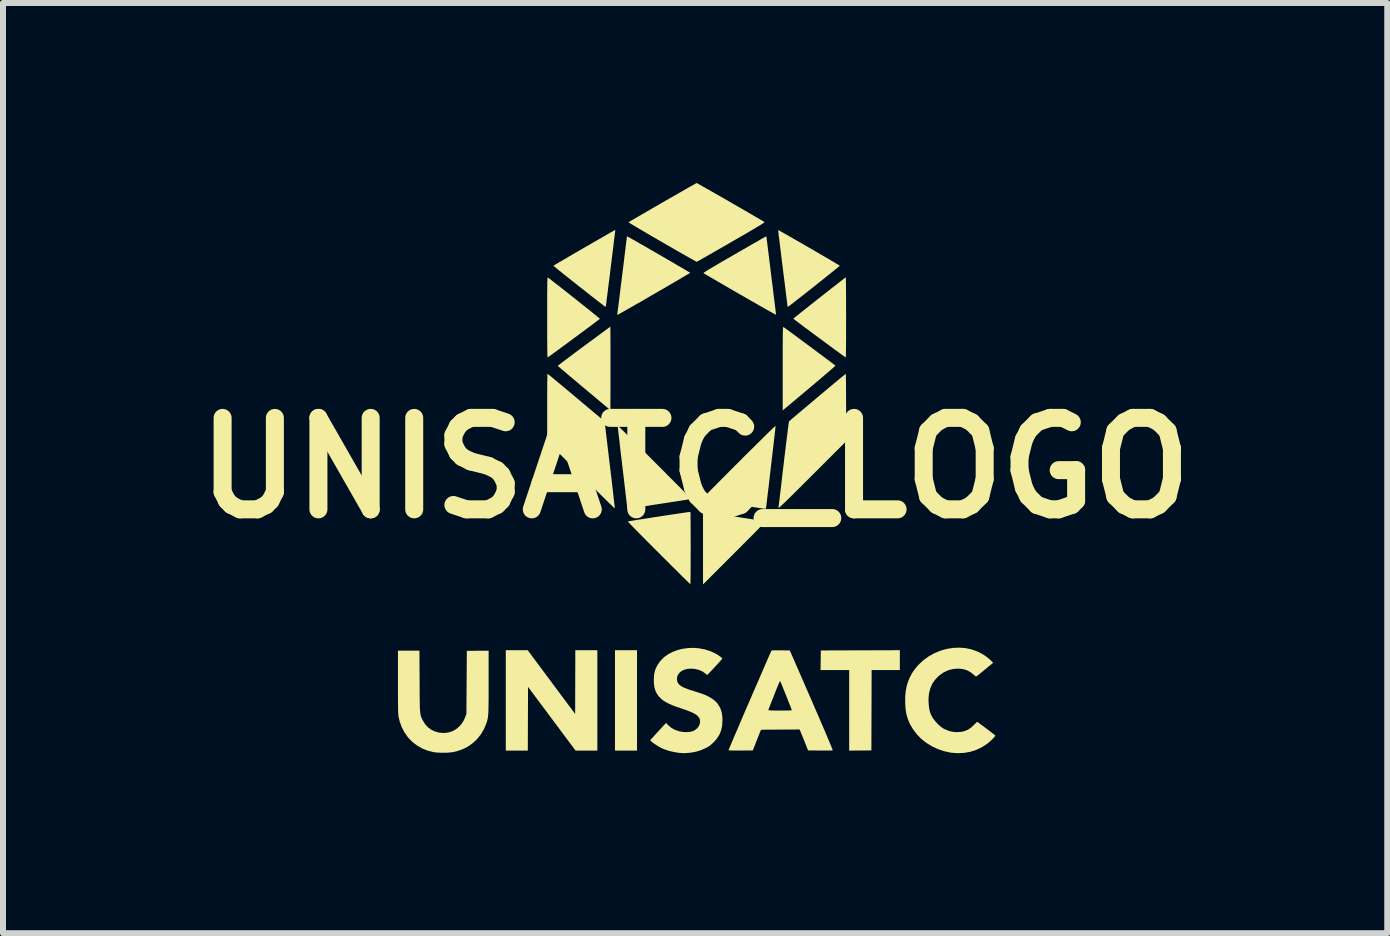
<source format=kicad_pcb>
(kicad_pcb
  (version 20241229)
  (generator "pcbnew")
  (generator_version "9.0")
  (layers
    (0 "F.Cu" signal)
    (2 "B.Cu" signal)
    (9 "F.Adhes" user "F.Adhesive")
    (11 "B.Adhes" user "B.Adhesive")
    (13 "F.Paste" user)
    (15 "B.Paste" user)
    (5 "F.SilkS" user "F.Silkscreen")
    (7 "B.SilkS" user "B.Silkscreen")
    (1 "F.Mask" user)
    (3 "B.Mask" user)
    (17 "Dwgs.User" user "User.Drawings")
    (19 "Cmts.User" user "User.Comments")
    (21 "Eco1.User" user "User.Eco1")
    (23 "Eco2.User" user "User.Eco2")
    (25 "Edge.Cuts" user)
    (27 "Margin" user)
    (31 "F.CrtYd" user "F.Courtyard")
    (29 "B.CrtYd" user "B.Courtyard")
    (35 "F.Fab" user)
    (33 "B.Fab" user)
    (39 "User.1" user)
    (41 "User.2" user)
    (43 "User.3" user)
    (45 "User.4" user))
  (footprint "UNISATC_LOGO"
    (layer "F.Cu")
    (at 8.534 4.749)
    (property "Reference" "UNISATC_LOGO" (at 0 0 0) (layer "F.SilkS") (effects (font (size 1.524 1.524) (thickness 0.3))))
    (attr board_only exclude_from_pos_files exclude_from_bom allow_missing_courtyard)
    (fp_poly (pts (xy -0.968 4.71) (xy -1.335 4.71) (xy -1.335 3.037) (xy -0.968 3.037)) (stroke (width 0) (type solid)) (fill yes) (layer "F.SilkS"))
    (fp_poly (pts (xy 3.412 3.368) (xy 2.942 3.368) (xy 2.938 4.707) (xy 2.568 4.71) (xy 2.568 3.368) (xy 2.091 3.368) (xy 2.093 3.204) (xy 2.095 3.041) (xy 2.753 3.039) (xy 3.412 3.037)) (stroke (width 0) (type solid)) (fill yes) (layer "F.SilkS"))
    (fp_poly (pts (xy -1.999 4.099) (xy -1.996 3.037) (xy -1.629 3.037) (xy -1.629 4.71) (xy -1.992 4.71) (xy -2.388 4.179) (xy -2.784 3.648) (xy -2.786 4.179) (xy -2.788 4.71) (xy -3.155 4.71) (xy -3.155 3.037) (xy -2.79 3.037)) (stroke (width 0) (type solid)) (fill yes) (layer "F.SilkS"))
    (fp_poly (pts (xy -1.41 -2.007) (xy -1.41 -1.919) (xy -1.41 -1.82) (xy -1.41 -1.716) (xy -1.41 -1.609) (xy -1.41 -1.504) (xy -1.41 -1.405) (xy -1.41 -1.316) (xy -1.41 -1.311) (xy -1.412 -0.964) (xy -1.849 -1.33) (xy -1.918 -1.387) (xy -1.984 -1.443) (xy -2.045 -1.495) (xy -2.102 -1.542) (xy -2.152 -1.585) (xy -2.196 -1.623) (xy -2.233 -1.653) (xy -2.26 -1.677) (xy -2.279 -1.693) (xy -2.287 -1.701) (xy -2.288 -1.702) (xy -2.282 -1.707) (xy -2.266 -1.72) (xy -2.24 -1.741) (xy -2.204 -1.768) (xy -2.161 -1.801) (xy -2.11 -1.839) (xy -2.053 -1.882) (xy -1.99 -1.929) (xy -1.923 -1.979) (xy -1.852 -2.031) (xy -1.851 -2.032) (xy -1.412 -2.356)) (stroke (width 0) (type solid)) (fill yes) (layer "F.SilkS"))
    (fp_poly (pts (xy 0.171 0.735) (xy 0.184 0.737) (xy 0.211 0.741) (xy 0.25 0.747) (xy 0.3 0.754) (xy 0.358 0.763) (xy 0.425 0.774) (xy 0.498 0.785) (xy 0.576 0.797) (xy 0.658 0.809) (xy 0.69 0.814) (xy 0.772 0.827) (xy 0.85 0.839) (xy 0.922 0.85) (xy 0.988 0.86) (xy 1.046 0.869) (xy 1.095 0.877) (xy 1.133 0.883) (xy 1.16 0.887) (xy 1.174 0.889) (xy 1.176 0.89) (xy 1.171 0.895) (xy 1.157 0.91) (xy 1.134 0.934) (xy 1.103 0.966) (xy 1.064 1.006) (xy 1.018 1.053) (xy 0.966 1.106) (xy 0.908 1.164) (xy 0.845 1.227) (xy 0.778 1.295) (xy 0.707 1.366) (xy 0.657 1.416) (xy 0.132 1.941) (xy 0.132 0.729)) (stroke (width 0) (type solid)) (fill yes) (layer "F.SilkS"))
    (fp_poly (pts (xy -2.453 -1.565) (xy -2.437 -1.552) (xy -2.41 -1.531) (xy -2.375 -1.502) (xy -2.332 -1.466) (xy -2.282 -1.425) (xy -2.226 -1.378) (xy -2.164 -1.327) (xy -2.098 -1.271) (xy -2.028 -1.213) (xy -1.981 -1.173) (xy -1.508 -0.776) (xy -1.422 -0.056) (xy -1.41 0.045) (xy -1.398 0.143) (xy -1.387 0.235) (xy -1.377 0.321) (xy -1.368 0.4) (xy -1.36 0.471) (xy -1.353 0.533) (xy -1.347 0.585) (xy -1.342 0.626) (xy -1.339 0.655) (xy -1.337 0.67) (xy -1.337 0.673) (xy -1.343 0.669) (xy -1.358 0.656) (xy -1.382 0.633) (xy -1.414 0.602) (xy -1.454 0.563) (xy -1.501 0.517) (xy -1.554 0.465) (xy -1.613 0.406) (xy -1.678 0.343) (xy -1.746 0.275) (xy -1.818 0.203) (xy -1.893 0.128) (xy -1.902 0.119) (xy -2.465 -0.444) (xy -2.465 -1.007) (xy -2.465 -1.096) (xy -2.465 -1.182) (xy -2.465 -1.261) (xy -2.464 -1.334) (xy -2.464 -1.399) (xy -2.463 -1.456) (xy -2.462 -1.502) (xy -2.462 -1.537) (xy -2.461 -1.56) (xy -2.46 -1.57) (xy -2.46 -1.57)) (stroke (width 0) (type solid)) (fill yes) (layer "F.SilkS"))
    (fp_poly (pts (xy 1.473 -2.348) (xy 1.473 -2.348) (xy 1.483 -2.342) (xy 1.502 -2.328) (xy 1.532 -2.307) (xy 1.569 -2.28) (xy 1.613 -2.247) (xy 1.663 -2.21) (xy 1.717 -2.17) (xy 1.775 -2.127) (xy 1.836 -2.082) (xy 1.898 -2.036) (xy 1.96 -1.99) (xy 2.02 -1.945) (xy 2.079 -1.901) (xy 2.135 -1.86) (xy 2.186 -1.821) (xy 2.232 -1.787) (xy 2.271 -1.758) (xy 2.302 -1.734) (xy 2.324 -1.717) (xy 2.336 -1.707) (xy 2.338 -1.705) (xy 2.333 -1.699) (xy 2.317 -1.684) (xy 2.291 -1.661) (xy 2.254 -1.629) (xy 2.208 -1.589) (xy 2.153 -1.543) (xy 2.09 -1.488) (xy 2.018 -1.428) (xy 1.939 -1.361) (xy 1.852 -1.288) (xy 1.758 -1.209) (xy 1.659 -1.126) (xy 1.553 -1.037) (xy 1.506 -0.998) (xy 1.46 -0.96) (xy 1.46 -1.658) (xy 1.46 -1.775) (xy 1.46 -1.878) (xy 1.46 -1.968) (xy 1.46 -2.046) (xy 1.461 -2.113) (xy 1.461 -2.169) (xy 1.461 -2.216) (xy 1.462 -2.254) (xy 1.463 -2.284) (xy 1.463 -2.307) (xy 1.464 -2.325) (xy 1.466 -2.336) (xy 1.467 -2.344) (xy 1.469 -2.348) (xy 1.471 -2.349)) (stroke (width 0) (type solid)) (fill yes) (layer "F.SilkS"))
    (fp_poly (pts (xy 2.512 -3.17) (xy 2.513 -3.149) (xy 2.513 -3.115) (xy 2.514 -3.07) (xy 2.515 -3.015) (xy 2.515 -2.95) (xy 2.516 -2.876) (xy 2.516 -2.795) (xy 2.516 -2.708) (xy 2.516 -2.615) (xy 2.517 -2.518) (xy 2.517 -2.509) (xy 2.516 -2.412) (xy 2.516 -2.318) (xy 2.516 -2.23) (xy 2.516 -2.149) (xy 2.515 -2.074) (xy 2.515 -2.009) (xy 2.514 -1.952) (xy 2.513 -1.906) (xy 2.513 -1.872) (xy 2.512 -1.85) (xy 2.511 -1.842) (xy 2.511 -1.842) (xy 2.504 -1.846) (xy 2.487 -1.858) (xy 2.459 -1.878) (xy 2.423 -1.904) (xy 2.379 -1.937) (xy 2.327 -1.974) (xy 2.269 -2.017) (xy 2.206 -2.063) (xy 2.139 -2.113) (xy 2.071 -2.163) (xy 2.001 -2.215) (xy 1.934 -2.264) (xy 1.871 -2.311) (xy 1.814 -2.353) (xy 1.764 -2.391) (xy 1.721 -2.424) (xy 1.685 -2.451) (xy 1.659 -2.471) (xy 1.643 -2.484) (xy 1.638 -2.489) (xy 1.644 -2.494) (xy 1.66 -2.508) (xy 1.686 -2.529) (xy 1.72 -2.556) (xy 1.761 -2.589) (xy 1.809 -2.627) (xy 1.861 -2.668) (xy 1.917 -2.713) (xy 1.976 -2.759) (xy 2.037 -2.808) (xy 2.099 -2.856) (xy 2.16 -2.904) (xy 2.22 -2.951) (xy 2.276 -2.996) (xy 2.33 -3.037) (xy 2.378 -3.075) (xy 2.421 -3.108) (xy 2.456 -3.136) (xy 2.484 -3.157) (xy 2.503 -3.171) (xy 2.511 -3.177) (xy 2.511 -3.177)) (stroke (width 0) (type solid)) (fill yes) (layer "F.SilkS"))
    (fp_poly (pts (xy -0.078 0.739) (xy -0.077 0.76) (xy -0.076 0.793) (xy -0.076 0.837) (xy -0.075 0.889) (xy -0.075 0.95) (xy -0.074 1.018) (xy -0.074 1.091) (xy -0.074 1.168) (xy -0.074 1.248) (xy -0.073 1.329) (xy -0.074 1.41) (xy -0.074 1.49) (xy -0.074 1.568) (xy -0.074 1.641) (xy -0.075 1.71) (xy -0.075 1.772) (xy -0.076 1.826) (xy -0.076 1.87) (xy -0.077 1.905) (xy -0.078 1.927) (xy -0.079 1.937) (xy -0.079 1.937) (xy -0.085 1.932) (xy -0.1 1.917) (xy -0.125 1.893) (xy -0.157 1.861) (xy -0.198 1.822) (xy -0.245 1.775) (xy -0.298 1.722) (xy -0.357 1.664) (xy -0.42 1.601) (xy -0.488 1.533) (xy -0.559 1.463) (xy -0.605 1.416) (xy -0.677 1.344) (xy -0.747 1.274) (xy -0.813 1.208) (xy -0.874 1.146) (xy -0.93 1.09) (xy -0.98 1.039) (xy -1.024 0.994) (xy -1.06 0.957) (xy -1.089 0.927) (xy -1.109 0.906) (xy -1.12 0.894) (xy -1.122 0.892) (xy -1.114 0.89) (xy -1.093 0.886) (xy -1.061 0.881) (xy -1.018 0.874) (xy -0.966 0.865) (xy -0.907 0.856) (xy -0.841 0.846) (xy -0.771 0.835) (xy -0.698 0.823) (xy -0.623 0.812) (xy -0.548 0.8) (xy -0.473 0.789) (xy -0.401 0.778) (xy -0.333 0.768) (xy -0.27 0.758) (xy -0.213 0.75) (xy -0.165 0.743) (xy -0.126 0.737) (xy -0.098 0.734) (xy -0.082 0.732) (xy -0.079 0.732)) (stroke (width 0) (type solid)) (fill yes) (layer "F.SilkS"))
    (fp_poly (pts (xy 1.391 -3.962) (xy 1.41 -3.952) (xy 1.438 -3.936) (xy 1.476 -3.915) (xy 1.522 -3.889) (xy 1.574 -3.859) (xy 1.633 -3.825) (xy 1.696 -3.789) (xy 1.762 -3.751) (xy 1.831 -3.711) (xy 1.901 -3.671) (xy 1.971 -3.631) (xy 2.039 -3.591) (xy 2.105 -3.552) (xy 2.168 -3.516) (xy 2.226 -3.482) (xy 2.278 -3.451) (xy 2.323 -3.424) (xy 2.36 -3.402) (xy 2.388 -3.386) (xy 2.405 -3.375) (xy 2.411 -3.371) (xy 2.406 -3.365) (xy 2.39 -3.352) (xy 2.365 -3.331) (xy 2.331 -3.304) (xy 2.291 -3.271) (xy 2.244 -3.233) (xy 2.192 -3.192) (xy 2.136 -3.147) (xy 2.078 -3.101) (xy 2.018 -3.053) (xy 1.957 -3.004) (xy 1.896 -2.957) (xy 1.837 -2.91) (xy 1.78 -2.865) (xy 1.727 -2.824) (xy 1.679 -2.786) (xy 1.637 -2.753) (xy 1.602 -2.726) (xy 1.574 -2.705) (xy 1.556 -2.692) (xy 1.548 -2.687) (xy 1.548 -2.687) (xy 1.541 -2.69) (xy 1.54 -2.694) (xy 1.539 -2.702) (xy 1.537 -2.725) (xy 1.533 -2.759) (xy 1.527 -2.805) (xy 1.52 -2.861) (xy 1.512 -2.926) (xy 1.503 -3) (xy 1.493 -3.08) (xy 1.482 -3.167) (xy 1.47 -3.258) (xy 1.461 -3.333) (xy 1.449 -3.427) (xy 1.438 -3.517) (xy 1.428 -3.602) (xy 1.418 -3.681) (xy 1.409 -3.752) (xy 1.402 -3.815) (xy 1.395 -3.868) (xy 1.39 -3.911) (xy 1.387 -3.942) (xy 1.385 -3.96) (xy 1.385 -3.965)) (stroke (width 0) (type solid)) (fill yes) (layer "F.SilkS"))
    (fp_poly (pts (xy 1.189 -3.856) (xy 1.189 -3.848) (xy 1.192 -3.827) (xy 1.196 -3.793) (xy 1.202 -3.748) (xy 1.209 -3.692) (xy 1.217 -3.627) (xy 1.226 -3.554) (xy 1.236 -3.473) (xy 1.247 -3.387) (xy 1.258 -3.295) (xy 1.269 -3.205) (xy 1.281 -3.109) (xy 1.293 -3.017) (xy 1.303 -2.931) (xy 1.313 -2.851) (xy 1.322 -2.778) (xy 1.33 -2.713) (xy 1.337 -2.658) (xy 1.342 -2.614) (xy 1.346 -2.581) (xy 1.348 -2.56) (xy 1.348 -2.553) (xy 1.342 -2.556) (xy 1.324 -2.566) (xy 1.294 -2.582) (xy 1.255 -2.604) (xy 1.206 -2.631) (xy 1.15 -2.663) (xy 1.085 -2.7) (xy 1.015 -2.74) (xy 0.938 -2.784) (xy 0.857 -2.831) (xy 0.772 -2.88) (xy 0.746 -2.894) (xy 0.66 -2.944) (xy 0.577 -2.992) (xy 0.499 -3.037) (xy 0.426 -3.08) (xy 0.359 -3.119) (xy 0.299 -3.153) (xy 0.248 -3.183) (xy 0.205 -3.208) (xy 0.172 -3.228) (xy 0.15 -3.241) (xy 0.139 -3.248) (xy 0.139 -3.248) (xy 0.143 -3.253) (xy 0.161 -3.266) (xy 0.191 -3.285) (xy 0.235 -3.312) (xy 0.291 -3.345) (xy 0.36 -3.386) (xy 0.442 -3.434) (xy 0.536 -3.489) (xy 0.644 -3.551) (xy 0.648 -3.553) (xy 0.728 -3.6) (xy 0.805 -3.644) (xy 0.877 -3.685) (xy 0.944 -3.724) (xy 1.004 -3.758) (xy 1.057 -3.788) (xy 1.101 -3.814) (xy 1.136 -3.834) (xy 1.161 -3.848) (xy 1.174 -3.855) (xy 1.177 -3.856) (xy 1.187 -3.858)) (stroke (width 0) (type solid)) (fill yes) (layer "F.SilkS"))
    (fp_poly (pts (xy -1.331 -3.959) (xy -1.333 -3.939) (xy -1.337 -3.906) (xy -1.342 -3.863) (xy -1.349 -3.81) (xy -1.356 -3.749) (xy -1.364 -3.681) (xy -1.373 -3.608) (xy -1.383 -3.53) (xy -1.393 -3.45) (xy -1.403 -3.367) (xy -1.413 -3.284) (xy -1.423 -3.202) (xy -1.433 -3.122) (xy -1.443 -3.046) (xy -1.452 -2.974) (xy -1.46 -2.908) (xy -1.468 -2.849) (xy -1.474 -2.799) (xy -1.479 -2.758) (xy -1.483 -2.729) (xy -1.486 -2.712) (xy -1.486 -2.709) (xy -1.49 -2.693) (xy -1.495 -2.686) (xy -1.495 -2.686) (xy -1.502 -2.69) (xy -1.519 -2.703) (xy -1.546 -2.724) (xy -1.581 -2.751) (xy -1.625 -2.785) (xy -1.675 -2.824) (xy -1.732 -2.868) (xy -1.793 -2.917) (xy -1.859 -2.969) (xy -1.929 -3.023) (xy -1.931 -3.025) (xy -2 -3.08) (xy -2.066 -3.132) (xy -2.127 -3.181) (xy -2.184 -3.225) (xy -2.234 -3.266) (xy -2.277 -3.3) (xy -2.311 -3.329) (xy -2.338 -3.35) (xy -2.354 -3.365) (xy -2.36 -3.37) (xy -2.36 -3.37) (xy -2.353 -3.375) (xy -2.335 -3.386) (xy -2.307 -3.403) (xy -2.27 -3.425) (xy -2.224 -3.452) (xy -2.171 -3.483) (xy -2.113 -3.517) (xy -2.05 -3.554) (xy -1.984 -3.592) (xy -1.915 -3.632) (xy -1.845 -3.673) (xy -1.775 -3.713) (xy -1.707 -3.753) (xy -1.64 -3.791) (xy -1.577 -3.827) (xy -1.519 -3.861) (xy -1.466 -3.891) (xy -1.421 -3.917) (xy -1.383 -3.938) (xy -1.355 -3.954) (xy -1.337 -3.964) (xy -1.33 -3.967)) (stroke (width 0) (type solid)) (fill yes) (layer "F.SilkS"))
    (fp_poly (pts (xy -2.447 -3.169) (xy -2.429 -3.156) (xy -2.401 -3.135) (xy -2.366 -3.107) (xy -2.324 -3.074) (xy -2.275 -3.037) (xy -2.222 -2.995) (xy -2.166 -2.951) (xy -2.106 -2.904) (xy -2.046 -2.856) (xy -1.984 -2.807) (xy -1.924 -2.759) (xy -1.865 -2.712) (xy -1.809 -2.668) (xy -1.757 -2.626) (xy -1.71 -2.588) (xy -1.669 -2.555) (xy -1.635 -2.527) (xy -1.609 -2.506) (xy -1.592 -2.492) (xy -1.586 -2.486) (xy -1.586 -2.486) (xy -1.592 -2.481) (xy -1.609 -2.468) (xy -1.636 -2.448) (xy -1.67 -2.422) (xy -1.712 -2.39) (xy -1.761 -2.354) (xy -1.814 -2.315) (xy -1.871 -2.272) (xy -1.931 -2.228) (xy -1.993 -2.182) (xy -2.055 -2.136) (xy -2.116 -2.091) (xy -2.176 -2.047) (xy -2.233 -2.005) (xy -2.286 -1.966) (xy -2.334 -1.931) (xy -2.375 -1.901) (xy -2.409 -1.876) (xy -2.435 -1.858) (xy -2.45 -1.847) (xy -2.455 -1.844) (xy -2.457 -1.845) (xy -2.459 -1.851) (xy -2.46 -1.863) (xy -2.461 -1.88) (xy -2.462 -1.905) (xy -2.463 -1.938) (xy -2.463 -1.979) (xy -2.464 -2.029) (xy -2.464 -2.09) (xy -2.465 -2.163) (xy -2.465 -2.246) (xy -2.465 -2.343) (xy -2.465 -2.453) (xy -2.465 -2.509) (xy -2.465 -2.625) (xy -2.465 -2.727) (xy -2.465 -2.816) (xy -2.465 -2.893) (xy -2.464 -2.959) (xy -2.464 -3.014) (xy -2.463 -3.059) (xy -2.463 -3.096) (xy -2.462 -3.124) (xy -2.461 -3.145) (xy -2.459 -3.16) (xy -2.458 -3.169) (xy -2.456 -3.174) (xy -2.455 -3.174)) (stroke (width 0) (type solid)) (fill yes) (layer "F.SilkS"))
    (fp_poly (pts (xy -1.284 -0.701) (xy -1.269 -0.687) (xy -1.245 -0.664) (xy -1.213 -0.632) (xy -1.172 -0.593) (xy -1.125 -0.546) (xy -1.071 -0.493) (xy -1.011 -0.433) (xy -0.946 -0.369) (xy -0.876 -0.299) (xy -0.802 -0.226) (xy -0.725 -0.149) (xy -0.675 -0.099) (xy -0.597 -0.021) (xy -0.521 0.055) (xy -0.449 0.128) (xy -0.381 0.196) (xy -0.318 0.259) (xy -0.26 0.317) (xy -0.209 0.369) (xy -0.165 0.414) (xy -0.128 0.452) (xy -0.099 0.481) (xy -0.079 0.502) (xy -0.068 0.514) (xy -0.066 0.516) (xy -0.074 0.518) (xy -0.095 0.521) (xy -0.128 0.527) (xy -0.172 0.534) (xy -0.226 0.543) (xy -0.289 0.552) (xy -0.359 0.563) (xy -0.435 0.575) (xy -0.517 0.588) (xy -0.58 0.597) (xy -0.665 0.61) (xy -0.746 0.623) (xy -0.822 0.635) (xy -0.892 0.645) (xy -0.954 0.655) (xy -1.008 0.663) (xy -1.052 0.67) (xy -1.084 0.675) (xy -1.104 0.678) (xy -1.11 0.679) (xy -1.125 0.68) (xy -1.13 0.675) (xy -1.131 0.667) (xy -1.133 0.645) (xy -1.137 0.611) (xy -1.142 0.565) (xy -1.149 0.509) (xy -1.157 0.443) (xy -1.165 0.368) (xy -1.175 0.287) (xy -1.185 0.199) (xy -1.196 0.105) (xy -1.208 0.008) (xy -1.211 -0.016) (xy -1.222 -0.115) (xy -1.234 -0.209) (xy -1.244 -0.298) (xy -1.254 -0.381) (xy -1.262 -0.457) (xy -1.27 -0.525) (xy -1.277 -0.584) (xy -1.282 -0.632) (xy -1.286 -0.669) (xy -1.289 -0.693) (xy -1.29 -0.705) (xy -1.29 -0.705)) (stroke (width 0) (type solid)) (fill yes) (layer "F.SilkS"))
    (fp_poly (pts (xy 1.341 -0.694) (xy 1.338 -0.672) (xy 1.335 -0.638) (xy 1.33 -0.594) (xy 1.324 -0.54) (xy 1.317 -0.478) (xy 1.309 -0.408) (xy 1.3 -0.333) (xy 1.291 -0.253) (xy 1.281 -0.169) (xy 1.271 -0.084) (xy 1.261 0.003) (xy 1.251 0.089) (xy 1.241 0.173) (xy 1.232 0.255) (xy 1.223 0.332) (xy 1.214 0.405) (xy 1.206 0.47) (xy 1.199 0.528) (xy 1.193 0.577) (xy 1.189 0.615) (xy 1.185 0.642) (xy 1.184 0.651) (xy 1.18 0.67) (xy 1.174 0.681) (xy 1.171 0.682) (xy 1.163 0.68) (xy 1.141 0.677) (xy 1.107 0.672) (xy 1.062 0.665) (xy 1.007 0.657) (xy 0.944 0.647) (xy 0.873 0.636) (xy 0.796 0.624) (xy 0.713 0.611) (xy 0.642 0.6) (xy 0.556 0.587) (xy 0.475 0.574) (xy 0.399 0.562) (xy 0.33 0.551) (xy 0.269 0.541) (xy 0.216 0.533) (xy 0.173 0.526) (xy 0.142 0.521) (xy 0.123 0.517) (xy 0.118 0.516) (xy 0.122 0.511) (xy 0.137 0.495) (xy 0.16 0.471) (xy 0.192 0.438) (xy 0.232 0.398) (xy 0.279 0.35) (xy 0.333 0.296) (xy 0.392 0.236) (xy 0.457 0.171) (xy 0.527 0.101) (xy 0.6 0.027) (xy 0.677 -0.05) (xy 0.727 -0.099) (xy 0.805 -0.178) (xy 0.881 -0.254) (xy 0.954 -0.325) (xy 1.022 -0.393) (xy 1.085 -0.455) (xy 1.143 -0.512) (xy 1.194 -0.563) (xy 1.239 -0.607) (xy 1.277 -0.643) (xy 1.306 -0.671) (xy 1.327 -0.69) (xy 1.339 -0.701) (xy 1.341 -0.702)) (stroke (width 0) (type solid)) (fill yes) (layer "F.SilkS"))
    (fp_poly (pts (xy 2.511 -1.562) (xy 2.512 -1.541) (xy 2.513 -1.508) (xy 2.514 -1.461) (xy 2.515 -1.403) (xy 2.515 -1.334) (xy 2.516 -1.255) (xy 2.516 -1.166) (xy 2.516 -1.069) (xy 2.517 -1.008) (xy 2.517 -0.444) (xy 1.951 0.121) (xy 1.86 0.212) (xy 1.778 0.293) (xy 1.706 0.365) (xy 1.643 0.428) (xy 1.588 0.482) (xy 1.541 0.528) (xy 1.501 0.567) (xy 1.469 0.598) (xy 1.442 0.623) (xy 1.422 0.642) (xy 1.407 0.655) (xy 1.397 0.663) (xy 1.391 0.666) (xy 1.389 0.665) (xy 1.389 0.664) (xy 1.391 0.654) (xy 1.394 0.63) (xy 1.398 0.593) (xy 1.404 0.546) (xy 1.411 0.487) (xy 1.419 0.42) (xy 1.428 0.344) (xy 1.438 0.26) (xy 1.448 0.171) (xy 1.459 0.076) (xy 1.471 -0.023) (xy 1.476 -0.062) (xy 1.487 -0.163) (xy 1.499 -0.259) (xy 1.51 -0.35) (xy 1.52 -0.435) (xy 1.53 -0.513) (xy 1.539 -0.583) (xy 1.546 -0.643) (xy 1.553 -0.694) (xy 1.558 -0.733) (xy 1.562 -0.761) (xy 1.565 -0.775) (xy 1.565 -0.776) (xy 1.572 -0.783) (xy 1.589 -0.797) (xy 1.615 -0.82) (xy 1.649 -0.849) (xy 1.691 -0.884) (xy 1.738 -0.924) (xy 1.791 -0.969) (xy 1.848 -1.016) (xy 1.908 -1.067) (xy 1.97 -1.119) (xy 2.033 -1.172) (xy 2.096 -1.225) (xy 2.158 -1.277) (xy 2.219 -1.328) (xy 2.276 -1.376) (xy 2.329 -1.42) (xy 2.378 -1.461) (xy 2.42 -1.496) (xy 2.456 -1.525) (xy 2.483 -1.547) (xy 2.501 -1.562) (xy 2.509 -1.569) (xy 2.51 -1.569)) (stroke (width 0) (type solid)) (fill yes) (layer "F.SilkS"))
    (fp_poly (pts (xy -1.124 -3.856) (xy -1.105 -3.845) (xy -1.075 -3.829) (xy -1.037 -3.807) (xy -0.99 -3.781) (xy -0.937 -3.75) (xy -0.878 -3.716) (xy -0.814 -3.68) (xy -0.747 -3.641) (xy -0.677 -3.601) (xy -0.607 -3.56) (xy -0.536 -3.519) (xy -0.467 -3.479) (xy -0.4 -3.44) (xy -0.336 -3.403) (xy -0.277 -3.368) (xy -0.223 -3.337) (xy -0.177 -3.31) (xy -0.139 -3.287) (xy -0.109 -3.269) (xy -0.09 -3.258) (xy -0.083 -3.253) (xy -0.083 -3.253) (xy -0.089 -3.248) (xy -0.107 -3.237) (xy -0.135 -3.22) (xy -0.173 -3.198) (xy -0.219 -3.171) (xy -0.272 -3.139) (xy -0.332 -3.104) (xy -0.398 -3.066) (xy -0.467 -3.025) (xy -0.54 -2.983) (xy -0.614 -2.94) (xy -0.69 -2.896) (xy -0.766 -2.852) (xy -0.84 -2.809) (xy -0.912 -2.767) (xy -0.982 -2.728) (xy -1.046 -2.691) (xy -1.106 -2.657) (xy -1.159 -2.626) (xy -1.204 -2.601) (xy -1.241 -2.58) (xy -1.268 -2.565) (xy -1.284 -2.556) (xy -1.289 -2.554) (xy -1.296 -2.556) (xy -1.297 -2.567) (xy -1.295 -2.576) (xy -1.294 -2.587) (xy -1.291 -2.611) (xy -1.286 -2.646) (xy -1.28 -2.692) (xy -1.273 -2.747) (xy -1.265 -2.81) (xy -1.257 -2.88) (xy -1.247 -2.955) (xy -1.238 -3.034) (xy -1.227 -3.116) (xy -1.217 -3.2) (xy -1.207 -3.284) (xy -1.196 -3.366) (xy -1.186 -3.447) (xy -1.177 -3.523) (xy -1.168 -3.595) (xy -1.16 -3.661) (xy -1.153 -3.719) (xy -1.147 -3.768) (xy -1.142 -3.807) (xy -1.139 -3.835) (xy -1.137 -3.85) (xy -1.137 -3.852) (xy -1.132 -3.859) (xy -1.131 -3.859)) (stroke (width 0) (type solid)) (fill yes) (layer "F.SilkS"))
    (fp_poly (pts (xy -3.441 3.568) (xy -3.441 3.674) (xy -3.441 3.766) (xy -3.441 3.846) (xy -3.442 3.915) (xy -3.443 3.973) (xy -3.444 4.023) (xy -3.445 4.065) (xy -3.447 4.1) (xy -3.45 4.13) (xy -3.453 4.156) (xy -3.457 4.178) (xy -3.461 4.199) (xy -3.467 4.218) (xy -3.473 4.238) (xy -3.48 4.26) (xy -3.52 4.355) (xy -3.572 4.442) (xy -3.634 4.519) (xy -3.706 4.586) (xy -3.787 4.643) (xy -3.876 4.688) (xy -3.973 4.721) (xy -4.041 4.736) (xy -4.084 4.741) (xy -4.136 4.745) (xy -4.194 4.746) (xy -4.252 4.745) (xy -4.305 4.742) (xy -4.349 4.737) (xy -4.356 4.736) (xy -4.457 4.711) (xy -4.551 4.673) (xy -4.637 4.623) (xy -4.714 4.563) (xy -4.783 4.492) (xy -4.84 4.412) (xy -4.887 4.324) (xy -4.922 4.229) (xy -4.942 4.146) (xy -4.944 4.131) (xy -4.946 4.113) (xy -4.947 4.09) (xy -4.949 4.061) (xy -4.95 4.025) (xy -4.95 3.982) (xy -4.951 3.929) (xy -4.952 3.866) (xy -4.952 3.792) (xy -4.952 3.706) (xy -4.952 3.607) (xy -4.952 3.565) (xy -4.952 3.045) (xy -4.594 3.045) (xy -4.591 3.557) (xy -4.591 3.659) (xy -4.59 3.748) (xy -4.59 3.824) (xy -4.589 3.89) (xy -4.588 3.945) (xy -4.587 3.991) (xy -4.585 4.03) (xy -4.582 4.062) (xy -4.579 4.088) (xy -4.576 4.111) (xy -4.571 4.13) (xy -4.566 4.147) (xy -4.559 4.163) (xy -4.552 4.18) (xy -4.543 4.198) (xy -4.537 4.209) (xy -4.5 4.269) (xy -4.453 4.321) (xy -4.397 4.362) (xy -4.334 4.392) (xy -4.266 4.41) (xy -4.194 4.417) (xy -4.121 4.41) (xy -4.103 4.406) (xy -4.039 4.385) (xy -3.982 4.352) (xy -3.939 4.316) (xy -3.894 4.268) (xy -3.861 4.218) (xy -3.834 4.159) (xy -3.831 4.151) (xy -3.811 4.098) (xy -3.804 3.048) (xy -3.623 3.046) (xy -3.441 3.045)) (stroke (width 0) (type solid)) (fill yes) (layer "F.SilkS"))
    (fp_poly (pts (xy 0.033 -4.745) (xy 0.052 -4.735) (xy 0.081 -4.719) (xy 0.12 -4.697) (xy 0.167 -4.67) (xy 0.221 -4.64) (xy 0.281 -4.605) (xy 0.346 -4.568) (xy 0.415 -4.529) (xy 0.486 -4.488) (xy 0.559 -4.446) (xy 0.633 -4.403) (xy 0.706 -4.361) (xy 0.777 -4.32) (xy 0.846 -4.281) (xy 0.91 -4.243) (xy 0.969 -4.209) (xy 1.023 -4.178) (xy 1.069 -4.151) (xy 1.106 -4.129) (xy 1.134 -4.113) (xy 1.152 -4.102) (xy 1.157 -4.098) (xy 1.156 -4.095) (xy 1.148 -4.088) (xy 1.132 -4.077) (xy 1.109 -4.062) (xy 1.077 -4.042) (xy 1.036 -4.018) (xy 0.985 -3.987) (xy 0.925 -3.952) (xy 0.854 -3.91) (xy 0.771 -3.862) (xy 0.677 -3.808) (xy 0.601 -3.764) (xy 0.517 -3.715) (xy 0.437 -3.669) (xy 0.361 -3.626) (xy 0.291 -3.585) (xy 0.227 -3.549) (xy 0.17 -3.516) (xy 0.121 -3.489) (xy 0.082 -3.466) (xy 0.052 -3.45) (xy 0.034 -3.439) (xy 0.027 -3.436) (xy 0.019 -3.44) (xy 0.000209 -3.45) (xy -0.03 -3.466) (xy -0.07 -3.489) (xy -0.119 -3.517) (xy -0.176 -3.549) (xy -0.241 -3.586) (xy -0.311 -3.626) (xy -0.387 -3.67) (xy -0.468 -3.716) (xy -0.548 -3.763) (xy -0.631 -3.811) (xy -0.711 -3.857) (xy -0.786 -3.901) (xy -0.856 -3.942) (xy -0.918 -3.979) (xy -0.974 -4.012) (xy -1.021 -4.04) (xy -1.059 -4.063) (xy -1.087 -4.08) (xy -1.104 -4.091) (xy -1.109 -4.095) (xy -1.102 -4.1) (xy -1.083 -4.111) (xy -1.053 -4.129) (xy -1.015 -4.151) (xy -0.968 -4.179) (xy -0.914 -4.21) (xy -0.853 -4.245) (xy -0.788 -4.283) (xy -0.719 -4.323) (xy -0.648 -4.364) (xy -0.575 -4.406) (xy -0.501 -4.449) (xy -0.428 -4.491) (xy -0.356 -4.532) (xy -0.288 -4.571) (xy -0.223 -4.608) (xy -0.164 -4.642) (xy -0.11 -4.673) (xy -0.064 -4.699) (xy -0.026 -4.72) (xy 0.002 -4.736) (xy 0.02 -4.746) (xy 0.026 -4.749)) (stroke (width 0) (type solid)) (fill yes) (layer "F.SilkS"))
    (fp_poly (pts (xy 4.498 3.001) (xy 4.599 3.021) (xy 4.696 3.055) (xy 4.721 3.066) (xy 4.788 3.101) (xy 4.852 3.143) (xy 4.907 3.188) (xy 4.929 3.208) (xy 4.967 3.247) (xy 4.838 3.353) (xy 4.8 3.384) (xy 4.765 3.413) (xy 4.735 3.437) (xy 4.712 3.455) (xy 4.697 3.467) (xy 4.694 3.469) (xy 4.685 3.474) (xy 4.675 3.472) (xy 4.663 3.463) (xy 4.649 3.45) (xy 4.592 3.404) (xy 4.531 3.371) (xy 4.463 3.351) (xy 4.388 3.344) (xy 4.38 3.344) (xy 4.297 3.351) (xy 4.218 3.371) (xy 4.144 3.406) (xy 4.075 3.454) (xy 4.054 3.471) (xy 3.997 3.532) (xy 3.952 3.598) (xy 3.92 3.671) (xy 3.899 3.75) (xy 3.89 3.838) (xy 3.891 3.909) (xy 3.898 3.987) (xy 3.911 4.055) (xy 3.933 4.116) (xy 3.964 4.171) (xy 4.006 4.225) (xy 4.038 4.26) (xy 4.073 4.293) (xy 4.101 4.317) (xy 4.128 4.336) (xy 4.157 4.352) (xy 4.16 4.353) (xy 4.221 4.379) (xy 4.28 4.395) (xy 4.34 4.402) (xy 4.365 4.402) (xy 4.434 4.398) (xy 4.494 4.384) (xy 4.548 4.361) (xy 4.601 4.325) (xy 4.645 4.284) (xy 4.701 4.229) (xy 4.852 4.341) (xy 4.893 4.372) (xy 4.93 4.4) (xy 4.961 4.424) (xy 4.985 4.442) (xy 4.999 4.455) (xy 5.004 4.46) (xy 4.998 4.47) (xy 4.984 4.487) (xy 4.964 4.51) (xy 4.938 4.535) (xy 4.911 4.56) (xy 4.884 4.583) (xy 4.866 4.598) (xy 4.779 4.654) (xy 4.686 4.698) (xy 4.586 4.73) (xy 4.483 4.748) (xy 4.376 4.753) (xy 4.269 4.745) (xy 4.255 4.743) (xy 4.146 4.719) (xy 4.041 4.683) (xy 3.943 4.636) (xy 3.851 4.579) (xy 3.768 4.513) (xy 3.695 4.438) (xy 3.632 4.355) (xy 3.58 4.267) (xy 3.55 4.196) (xy 3.532 4.141) (xy 3.519 4.088) (xy 3.51 4.033) (xy 3.504 3.971) (xy 3.502 3.929) (xy 3.501 3.822) (xy 3.509 3.725) (xy 3.526 3.635) (xy 3.552 3.552) (xy 3.576 3.495) (xy 3.611 3.427) (xy 3.65 3.368) (xy 3.696 3.31) (xy 3.726 3.277) (xy 3.806 3.203) (xy 3.894 3.139) (xy 3.987 3.087) (xy 4.086 3.046) (xy 4.187 3.017) (xy 4.291 2.999) (xy 4.395 2.994)) (stroke (width 0) (type solid)) (fill yes) (layer "F.SilkS"))
    (fp_poly (pts (xy 1.393 3.039) (xy 1.429 3.039) (xy 1.579 3.041) (xy 1.941 3.873) (xy 1.997 4.003) (xy 2.05 4.124) (xy 2.097 4.234) (xy 2.14 4.333) (xy 2.178 4.422) (xy 2.21 4.499) (xy 2.238 4.564) (xy 2.26 4.618) (xy 2.277 4.659) (xy 2.288 4.688) (xy 2.293 4.704) (xy 2.294 4.707) (xy 2.284 4.708) (xy 2.262 4.709) (xy 2.23 4.709) (xy 2.188 4.709) (xy 2.14 4.709) (xy 2.087 4.709) (xy 2.084 4.709) (xy 1.883 4.707) (xy 1.813 4.532) (xy 1.742 4.358) (xy 1.42 4.36) (xy 1.098 4.362) (xy 1.03 4.534) (xy 0.962 4.707) (xy 0.76 4.709) (xy 0.697 4.709) (xy 0.647 4.709) (xy 0.61 4.708) (xy 0.584 4.707) (xy 0.567 4.706) (xy 0.559 4.703) (xy 0.558 4.702) (xy 0.56 4.694) (xy 0.569 4.674) (xy 0.582 4.642) (xy 0.6 4.6) (xy 0.622 4.548) (xy 0.647 4.488) (xy 0.676 4.421) (xy 0.708 4.347) (xy 0.742 4.267) (xy 0.778 4.183) (xy 0.815 4.096) (xy 0.842 4.033) (xy 1.22 4.033) (xy 1.222 4.036) (xy 1.231 4.038) (xy 1.248 4.04) (xy 1.275 4.041) (xy 1.313 4.042) (xy 1.363 4.042) (xy 1.416 4.043) (xy 1.478 4.042) (xy 1.526 4.042) (xy 1.562 4.041) (xy 1.587 4.04) (xy 1.603 4.038) (xy 1.611 4.036) (xy 1.612 4.033) (xy 1.608 4.025) (xy 1.6 4.004) (xy 1.588 3.973) (xy 1.572 3.933) (xy 1.553 3.886) (xy 1.533 3.833) (xy 1.515 3.789) (xy 1.493 3.734) (xy 1.473 3.683) (xy 1.454 3.638) (xy 1.439 3.6) (xy 1.427 3.572) (xy 1.419 3.554) (xy 1.417 3.549) (xy 1.413 3.554) (xy 1.405 3.572) (xy 1.392 3.6) (xy 1.376 3.637) (xy 1.358 3.682) (xy 1.337 3.734) (xy 1.318 3.784) (xy 1.296 3.84) (xy 1.275 3.892) (xy 1.257 3.939) (xy 1.242 3.977) (xy 1.23 4.007) (xy 1.223 4.027) (xy 1.22 4.033) (xy 0.842 4.033) (xy 0.854 4.006) (xy 0.893 3.915) (xy 0.933 3.824) (xy 0.972 3.732) (xy 1.011 3.643) (xy 1.049 3.556) (xy 1.085 3.472) (xy 1.119 3.394) (xy 1.151 3.32) (xy 1.18 3.253) (xy 1.206 3.194) (xy 1.228 3.143) (xy 1.246 3.102) (xy 1.26 3.072) (xy 1.268 3.053) (xy 1.271 3.046) (xy 1.278 3.043) (xy 1.291 3.041) (xy 1.314 3.039) (xy 1.348 3.039)) (stroke (width 0) (type solid)) (fill yes) (layer "F.SilkS"))
    (fp_poly (pts (xy 0.07 3.006) (xy 0.163 3.024) (xy 0.254 3.053) (xy 0.315 3.08) (xy 0.344 3.095) (xy 0.375 3.113) (xy 0.403 3.132) (xy 0.428 3.15) (xy 0.445 3.164) (xy 0.453 3.174) (xy 0.454 3.176) (xy 0.448 3.184) (xy 0.434 3.201) (xy 0.413 3.224) (xy 0.388 3.252) (xy 0.359 3.284) (xy 0.328 3.317) (xy 0.298 3.35) (xy 0.269 3.381) (xy 0.243 3.408) (xy 0.222 3.43) (xy 0.208 3.443) (xy 0.203 3.448) (xy 0.194 3.444) (xy 0.179 3.432) (xy 0.167 3.422) (xy 0.12 3.389) (xy 0.063 3.365) (xy -0.001 3.349) (xy -0.072 3.344) (xy -0.076 3.344) (xy -0.136 3.35) (xy -0.189 3.365) (xy -0.233 3.389) (xy -0.268 3.42) (xy -0.291 3.458) (xy -0.302 3.502) (xy -0.303 3.519) (xy -0.298 3.555) (xy -0.284 3.587) (xy -0.259 3.615) (xy -0.222 3.642) (xy -0.173 3.666) (xy -0.11 3.69) (xy -0.086 3.698) (xy -0.021 3.718) (xy 0.031 3.735) (xy 0.074 3.749) (xy 0.107 3.76) (xy 0.134 3.77) (xy 0.157 3.778) (xy 0.176 3.786) (xy 0.194 3.795) (xy 0.209 3.802) (xy 0.269 3.835) (xy 0.316 3.868) (xy 0.355 3.904) (xy 0.368 3.92) (xy 0.404 3.973) (xy 0.43 4.027) (xy 0.446 4.086) (xy 0.455 4.154) (xy 0.456 4.208) (xy 0.451 4.293) (xy 0.435 4.369) (xy 0.408 4.438) (xy 0.369 4.502) (xy 0.316 4.564) (xy 0.309 4.571) (xy 0.277 4.601) (xy 0.251 4.624) (xy 0.224 4.642) (xy 0.191 4.66) (xy 0.169 4.672) (xy 0.091 4.705) (xy 0.013 4.729) (xy -0.071 4.744) (xy -0.097 4.747) (xy -0.135 4.75) (xy -0.165 4.752) (xy -0.193 4.753) (xy -0.224 4.751) (xy -0.262 4.748) (xy -0.279 4.746) (xy -0.346 4.735) (xy -0.418 4.719) (xy -0.489 4.697) (xy -0.534 4.68) (xy -0.566 4.665) (xy -0.603 4.644) (xy -0.641 4.621) (xy -0.678 4.597) (xy -0.708 4.575) (xy -0.73 4.557) (xy -0.732 4.555) (xy -0.748 4.537) (xy -0.652 4.431) (xy -0.619 4.395) (xy -0.587 4.36) (xy -0.558 4.329) (xy -0.535 4.303) (xy -0.52 4.287) (xy -0.484 4.249) (xy -0.452 4.283) (xy -0.401 4.327) (xy -0.34 4.362) (xy -0.272 4.387) (xy -0.199 4.4) (xy -0.155 4.402) (xy -0.118 4.401) (xy -0.083 4.397) (xy -0.055 4.391) (xy -0.053 4.391) (xy -0.007 4.371) (xy 0.031 4.342) (xy 0.06 4.306) (xy 0.078 4.265) (xy 0.083 4.227) (xy 0.08 4.196) (xy 0.071 4.169) (xy 0.054 4.144) (xy 0.03 4.121) (xy -0.004 4.098) (xy -0.048 4.076) (xy -0.104 4.052) (xy -0.172 4.027) (xy -0.222 4.01) (xy -0.304 3.982) (xy -0.374 3.956) (xy -0.432 3.931) (xy -0.481 3.906) (xy -0.522 3.881) (xy -0.557 3.854) (xy -0.588 3.824) (xy -0.597 3.815) (xy -0.634 3.767) (xy -0.661 3.714) (xy -0.678 3.656) (xy -0.687 3.589) (xy -0.688 3.515) (xy -0.684 3.455) (xy -0.676 3.405) (xy -0.663 3.36) (xy -0.643 3.315) (xy -0.622 3.276) (xy -0.575 3.211) (xy -0.518 3.154) (xy -0.451 3.106) (xy -0.376 3.066) (xy -0.294 3.035) (xy -0.207 3.013) (xy -0.116 3.001) (xy -0.023 2.998)) (stroke (width 0) (type solid)) (fill yes) (layer "F.SilkS")))
  (gr_rect
    (start -3 -3)
    (end 20.069 12.502)
    (stroke (width 0.1) (type default))
    (fill no)
    (layer "Edge.Cuts")))
</source>
